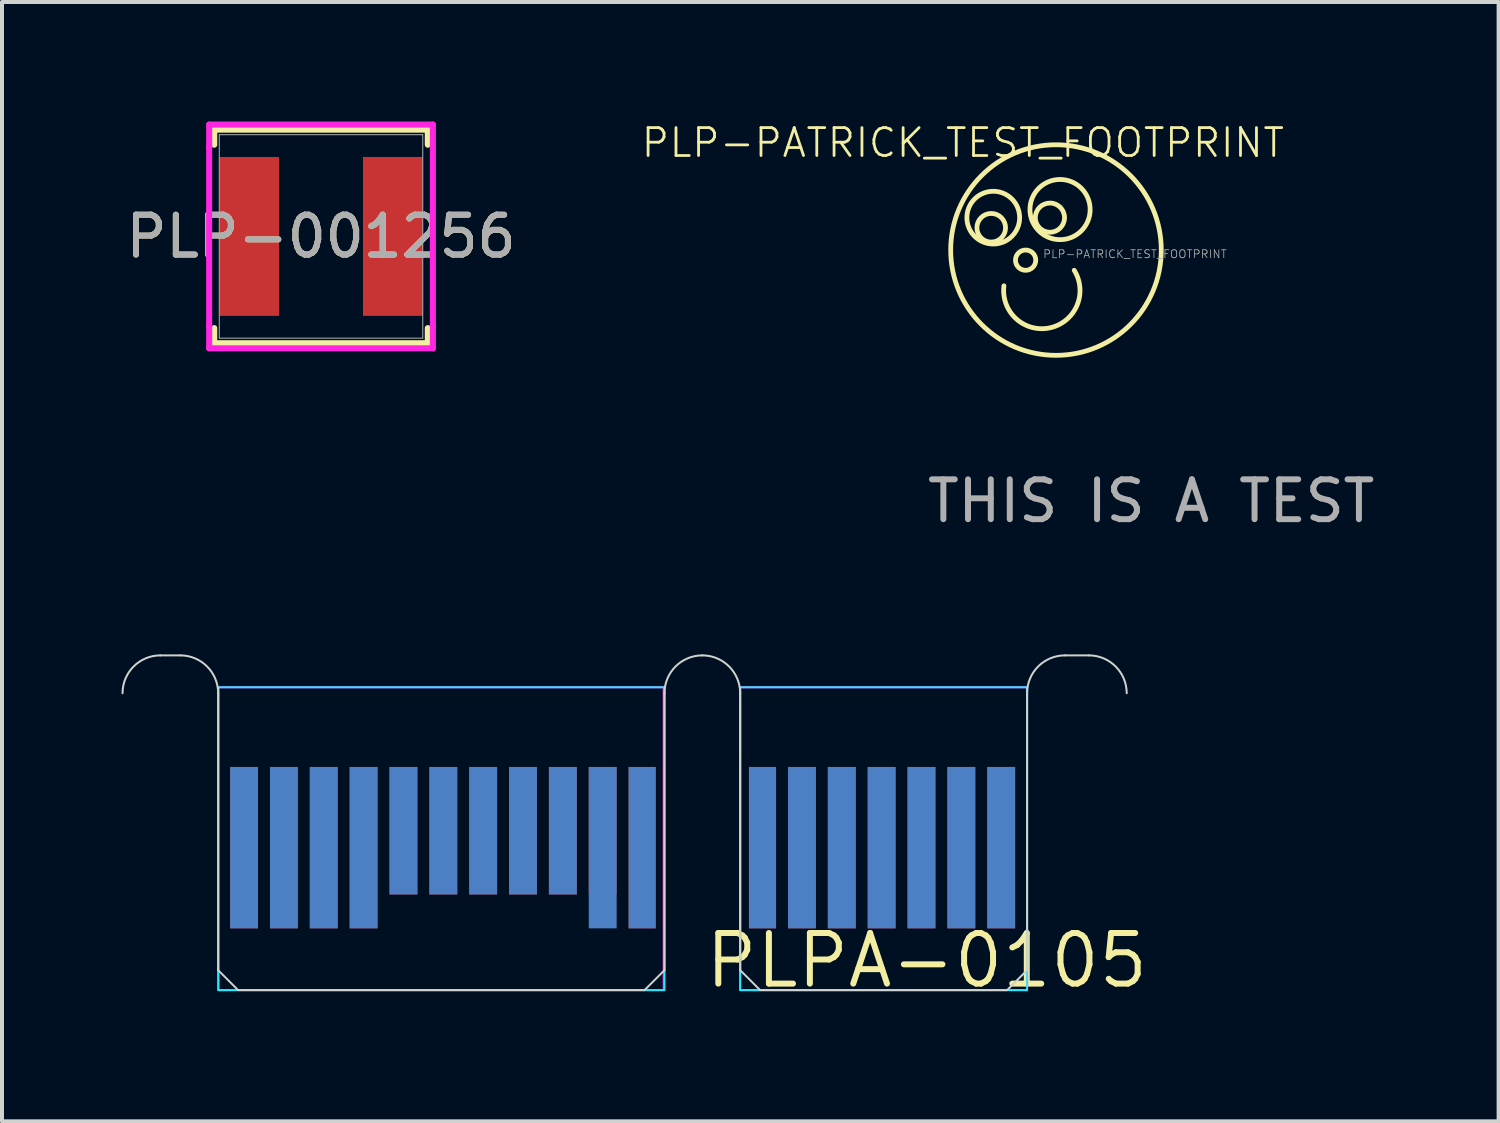
<source format=kicad_pcb>
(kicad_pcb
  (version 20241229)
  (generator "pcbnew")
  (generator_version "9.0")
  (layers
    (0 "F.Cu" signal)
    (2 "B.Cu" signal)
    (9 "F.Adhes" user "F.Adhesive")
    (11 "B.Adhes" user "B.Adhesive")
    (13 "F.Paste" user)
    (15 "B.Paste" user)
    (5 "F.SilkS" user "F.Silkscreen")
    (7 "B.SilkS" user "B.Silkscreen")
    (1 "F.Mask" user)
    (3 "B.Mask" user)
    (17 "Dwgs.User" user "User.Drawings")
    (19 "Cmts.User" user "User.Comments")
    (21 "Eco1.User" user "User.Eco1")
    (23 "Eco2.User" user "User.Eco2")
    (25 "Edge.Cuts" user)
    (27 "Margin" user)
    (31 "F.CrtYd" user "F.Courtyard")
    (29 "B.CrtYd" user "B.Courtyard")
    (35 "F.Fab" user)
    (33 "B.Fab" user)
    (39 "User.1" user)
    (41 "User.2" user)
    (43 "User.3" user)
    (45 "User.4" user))
  (footprint "PLPA-0105"
    (layer "F.Cu")
    (at 14.575 21.797)
    (property "Reference" "PLPA-0105" (at 0 0 0) (layer "F.SilkS") (effects (font (size 1.27 1.27) (thickness 0.15)) (justify left bottom)))
    (fp_poly (pts (xy -12.15 0) (xy -0.95 0) (xy -0.95 -5.6) (xy -12.15 -5.6)) (stroke (width 0) (type default)) (fill yes) (layer "F.Mask"))
    (fp_poly (pts (xy 0.95 0) (xy 8.15 0) (xy 8.15 -5.6) (xy 0.95 -5.6)) (stroke (width 0) (type default)) (fill yes) (layer "F.Mask"))
    (fp_poly (pts (xy -12.15 0) (xy -0.95 0) (xy -0.95 -5.6) (xy -12.15 -5.6)) (stroke (width 0) (type default)) (fill yes) (layer "B.Mask"))
    (fp_poly (pts (xy 0.95 0) (xy 8.15 0) (xy 8.15 -5.6) (xy 0.95 -5.6)) (stroke (width 0) (type default)) (fill yes) (layer "B.Mask"))
    (fp_line (start -13.6 -8.4) (end -13.1 -8.4) (stroke (width 0.05) (type solid)) (layer "Edge.Cuts"))
    (fp_line (start -12.15 -7.45) (end -12.15 -0.5) (stroke (width 0.05) (type solid)) (layer "Edge.Cuts"))
    (fp_line (start -12.15 -0.5) (end -11.65 0) (stroke (width 0.05) (type solid)) (layer "Edge.Cuts"))
    (fp_line (start -11.65 0) (end -1.45 0) (stroke (width 0.05) (type solid)) (layer "Edge.Cuts"))
    (fp_line (start -1.45 0) (end -0.95 -0.5) (stroke (width 0.05) (type solid)) (layer "Edge.Cuts"))
    (fp_line (start -0.95 -0.5) (end -0.95 -7.45) (stroke (width 0.05) (type solid)) (layer "Edge.Cuts"))
    (fp_line (start 0.95 -7.45) (end 0.95 -0.5) (stroke (width 0.05) (type solid)) (layer "Edge.Cuts"))
    (fp_line (start 0.95 -0.5) (end 1.45 0) (stroke (width 0.05) (type solid)) (layer "Edge.Cuts"))
    (fp_line (start 1.45 0) (end 7.65 0) (stroke (width 0.05) (type solid)) (layer "Edge.Cuts"))
    (fp_line (start 7.65 0) (end 8.15 -0.5) (stroke (width 0.05) (type solid)) (layer "Edge.Cuts"))
    (fp_line (start 8.15 -0.5) (end 8.15 -7.45) (stroke (width 0.05) (type solid)) (layer "Edge.Cuts"))
    (fp_line (start 9.1 -8.4) (end 9.7 -8.4) (stroke (width 0.05) (type solid)) (layer "Edge.Cuts"))
    (fp_arc (start -14.55 -7.45) (mid -14.271751 -8.121751) (end -13.6 -8.4) (stroke (width 0.05) (type solid)) (layer "Edge.Cuts"))
    (fp_arc (start -13.1 -8.4) (mid -12.428249 -8.121751) (end -12.15 -7.45) (stroke (width 0.05) (type solid)) (layer "Edge.Cuts"))
    (fp_arc (start -0.95 -7.45) (mid -0.671751 -8.121751) (end 0 -8.4) (stroke (width 0.05) (type solid)) (layer "Edge.Cuts"))
    (fp_arc (start 0 -8.4) (mid 0.671751 -8.121751) (end 0.95 -7.45) (stroke (width 0.05) (type solid)) (layer "Edge.Cuts"))
    (fp_arc (start 8.15 -7.45) (mid 8.428249 -8.121751) (end 9.1 -8.4) (stroke (width 0.05) (type solid)) (layer "Edge.Cuts"))
    (fp_arc (start 9.7 -8.4) (mid 10.371751 -8.121751) (end 10.65 -7.45) (stroke (width 0.05) (type solid)) (layer "Edge.Cuts"))
    (fp_poly (pts (xy -12.15 0) (xy -0.95 0) (xy -0.95 -7.6) (xy -12.15 -7.6)) (stroke (width 0.05) (type solid)) (fill no) (layer "B.CrtYd"))
    (fp_poly (pts (xy 0.95 0) (xy 8.15 0) (xy 8.15 -7.6) (xy 0.95 -7.6)) (stroke (width 0.05) (type solid)) (fill no) (layer "B.CrtYd"))
    (fp_poly (pts (xy -12.14 0) (xy -0.97 0) (xy -0.97 -7.6) (xy -12.14 -7.6)) (stroke (width 0.05) (type solid)) (fill no) (layer "F.CrtYd"))
    (fp_poly (pts (xy 0.95 0) (xy 8.15 0) (xy 8.15 -7.6) (xy 0.95 -7.6)) (stroke (width 0.05) (type solid)) (fill no) (layer "F.CrtYd"))
    (pad "A1" smd rect (at -11.5 -3.575) (size 0.7 4.05) (layers "B.Cu"))
    (pad "A2" smd rect (at -10.5 -3.575) (size 0.7 4.05) (layers "B.Cu"))
    (pad "A3" smd rect (at -9.5 -3.575) (size 0.7 4.05) (layers "B.Cu"))
    (pad "A4" smd rect (at -8.5 -3.575) (size 0.7 4.05) (layers "B.Cu"))
    (pad "A5" smd rect (at -7.5 -4) (size 0.7 3.2) (layers "B.Cu"))
    (pad "A6" smd rect (at -6.5 -4) (size 0.7 3.2) (layers "B.Cu"))
    (pad "A7" smd rect (at -5.5 -4) (size 0.7 3.2) (layers "B.Cu"))
    (pad "A8" smd rect (at -4.5 -4) (size 0.7 3.2) (layers "B.Cu"))
    (pad "A9" smd rect (at -3.5 -4) (size 0.7 3.2) (layers "B.Cu"))
    (pad "A10" smd rect (at -2.5 -3.575) (size 0.7 4.05) (layers "B.Cu"))
    (pad "A11" smd rect (at -1.51 -3.575) (size 0.68 4.05) (layers "B.Cu"))
    (pad "A12" smd rect (at 1.51 -3.575) (size 0.68 4.05) (layers "B.Cu"))
    (pad "A13" smd rect (at 2.5 -3.575) (size 0.7 4.05) (layers "B.Cu"))
    (pad "A14" smd rect (at 3.5 -3.575) (size 0.7 4.05) (layers "B.Cu"))
    (pad "A15" smd rect (at 4.5 -3.575) (size 0.7 4.05) (layers "B.Cu"))
    (pad "A16" smd rect (at 5.5 -3.575) (size 0.7 4.05) (layers "B.Cu"))
    (pad "A17" smd rect (at 6.5 -3.575) (size 0.7 4.05) (layers "B.Cu"))
    (pad "A18" smd rect (at 7.5 -3.575) (size 0.7 4.05) (layers "B.Cu"))
    (pad "B1" smd rect (at -11.5 -3.575) (size 0.7 4.05) (layers "F.Cu"))
    (pad "B2" smd rect (at -10.5 -3.575) (size 0.7 4.05) (layers "F.Cu"))
    (pad "B3" smd rect (at -9.5 -3.575) (size 0.7 4.05) (layers "F.Cu"))
    (pad "B4" smd rect (at -8.5 -3.575) (size 0.7 4.05) (layers "F.Cu"))
    (pad "B5" smd rect (at -7.5 -4) (size 0.7 3.2) (layers "F.Cu"))
    (pad "B6" smd rect (at -6.5 -4) (size 0.7 3.2) (layers "F.Cu"))
    (pad "B7" smd rect (at -5.5 -4) (size 0.7 3.2) (layers "F.Cu"))
    (pad "B8" smd rect (at -4.5 -4) (size 0.7 3.2) (layers "F.Cu"))
    (pad "B9" smd rect (at -3.5 -4) (size 0.7 3.2) (layers "F.Cu"))
    (pad "B10" smd rect (at -2.5 -4) (size 0.7 3.2) (layers "F.Cu"))
    (pad "B11" smd rect (at -1.51 -3.575) (size 0.68 4.05) (layers "F.Cu"))
    (pad "B12" smd rect (at 1.51 -3.575) (size 0.68 4.05) (layers "F.Cu"))
    (pad "B13" smd rect (at 2.5 -3.575) (size 0.7 4.05) (layers "F.Cu"))
    (pad "B14" smd rect (at 3.5 -3.575) (size 0.7 4.05) (layers "F.Cu"))
    (pad "B15" smd rect (at 4.5 -3.575) (size 0.7 4.05) (layers "F.Cu"))
    (pad "B16" smd rect (at 5.5 -3.575) (size 0.7 4.05) (layers "F.Cu"))
    (pad "B17" smd rect (at 6.5 -3.575) (size 0.7 4.05) (layers "F.Cu"))
    (pad "B18" smd rect (at 7.5 -3.575) (size 0.7 4.05) (layers "F.Cu")))
  (footprint "PLP-PATRICK_TEST_FOOTPRINT"
    (layer "F.Cu")
    (at 26.092 5.46)
    (property "Reference" "PLP-PATRICK_TEST_FOOTPRINT" (at -4.978 -4.928 0) (unlocked yes) (layer "F.SilkS") (effects (font (size 0.7 0.7) (thickness 0.07))))
    (attr smd)
    (fp_arc (start -2.1844 -1.7272) (mid -2.790721 -0.283212) (end -3.94829 -1.338086) (stroke (width 0.12) (type solid)) (layer "F.SilkS"))
    (fp_circle (center -4.267 -2.794) (end -4.013 -2.54) (stroke (width 0.12) (type solid)) (fill no) (layer "F.SilkS"))
    (fp_circle (center -4.216 -3.048) (end -3.658 -2.692) (stroke (width 0.12) (type solid)) (fill no) (layer "F.SilkS"))
    (fp_circle (center -3.404 -1.981) (end -3.2 -1.829) (stroke (width 0.12) (type solid)) (fill no) (layer "F.SilkS"))
    (fp_circle (center -2.794 -3.048) (end -2.489 -2.845) (stroke (width 0.12) (type solid)) (fill no) (layer "F.SilkS"))
    (fp_circle (center -2.642 -2.235) (end -0.203 -1.219) (stroke (width 0.12) (type solid)) (fill no) (layer "F.SilkS"))
    (fp_circle (center -2.54 -3.251) (end -1.981 -2.743) (stroke (width 0.12) (type solid)) (fill no) (layer "F.SilkS"))
    (fp_text user "THIS IS A TEST" (at -0.254 4.064 0) (layer "F.Fab") (effects (font (size 1 1) (thickness 0.15))))
    (fp_text user "${REFERENCE}" (at -0.66 -2.134 0) (unlocked yes) (layer "F.Fab") (effects (font (size 0.2 0.2) (thickness 0.02)))))
  (footprint "PLP-001256"
    (layer "F.Cu")
    (at 5.006 2.883)
    (property "Reference" "PLP-001256" (at 0 0 0) (unlocked yes) (layer "F.SilkS") (effects (font (size 1 1) (thickness 0.15))))
    (attr smd)
    (fp_line (start -2.68 -2.68) (end -2.68 -2.301) (stroke (width 0.152) (type solid)) (layer "F.SilkS"))
    (fp_line (start -2.68 2.301) (end -2.68 2.68) (stroke (width 0.152) (type solid)) (layer "F.SilkS"))
    (fp_line (start -2.68 2.68) (end 2.68 2.68) (stroke (width 0.152) (type solid)) (layer "F.SilkS"))
    (fp_line (start 2.68 -2.68) (end -2.68 -2.68) (stroke (width 0.152) (type solid)) (layer "F.SilkS"))
    (fp_line (start 2.68 -2.301) (end 2.68 -2.68) (stroke (width 0.152) (type solid)) (layer "F.SilkS"))
    (fp_line (start 2.68 2.68) (end 2.68 2.301) (stroke (width 0.152) (type solid)) (layer "F.SilkS"))
    (fp_line (start -2.807 -2.807) (end 2.807 -2.807) (stroke (width 0.152) (type solid)) (layer "F.CrtYd"))
    (fp_line (start -2.807 -2.248) (end -2.807 -2.807) (stroke (width 0.152) (type solid)) (layer "F.CrtYd"))
    (fp_line (start -2.807 -2.248) (end -2.807 -2.248) (stroke (width 0.152) (type solid)) (layer "F.CrtYd"))
    (fp_line (start -2.807 2.248) (end -2.807 -2.248) (stroke (width 0.152) (type solid)) (layer "F.CrtYd"))
    (fp_line (start -2.807 2.248) (end -2.807 2.248) (stroke (width 0.152) (type solid)) (layer "F.CrtYd"))
    (fp_line (start -2.807 2.807) (end -2.807 2.248) (stroke (width 0.152) (type solid)) (layer "F.CrtYd"))
    (fp_line (start 2.807 -2.807) (end 2.807 -2.248) (stroke (width 0.152) (type solid)) (layer "F.CrtYd"))
    (fp_line (start 2.807 -2.248) (end 2.807 -2.248) (stroke (width 0.152) (type solid)) (layer "F.CrtYd"))
    (fp_line (start 2.807 -2.248) (end 2.807 2.248) (stroke (width 0.152) (type solid)) (layer "F.CrtYd"))
    (fp_line (start 2.807 2.248) (end 2.807 2.248) (stroke (width 0.152) (type solid)) (layer "F.CrtYd"))
    (fp_line (start 2.807 2.248) (end 2.807 2.807) (stroke (width 0.152) (type solid)) (layer "F.CrtYd"))
    (fp_line (start 2.807 2.807) (end -2.807 2.807) (stroke (width 0.152) (type solid)) (layer "F.CrtYd"))
    (fp_line (start -2.553 -2.553) (end -2.553 2.553) (stroke (width 0.025) (type solid)) (layer "F.Fab"))
    (fp_line (start -2.553 2.553) (end 2.553 2.553) (stroke (width 0.025) (type solid)) (layer "F.Fab"))
    (fp_line (start 2.553 -2.553) (end -2.553 -2.553) (stroke (width 0.025) (type solid)) (layer "F.Fab"))
    (fp_line (start 2.553 2.553) (end 2.553 -2.553) (stroke (width 0.025) (type solid)) (layer "F.Fab"))
    (fp_circle (center -2.477 0) (end -2.477 0) (stroke (width 0.025) (type solid)) (fill no) (layer "F.Fab"))
    (fp_text user "${REFERENCE}" (at 0 0 0) (unlocked yes) (layer "F.Fab") (effects (font (size 1 1) (thickness 0.15))))
    (pad "1" smd rect (at -1.803 0) (size 1.499 3.988) (layers "F.Cu" "F.Mask" "F.Paste"))
    (pad "2" smd rect (at 1.803 0) (size 1.499 3.988) (layers "F.Cu" "F.Mask" "F.Paste"))
    (zone (net_name "") (layer "F.Cu") (hatch full 0.508) (connect_pads) (min_thickness 0.254) (filled_areas_thickness no) (keepout (tracks not_allowed) (vias not_allowed) (pads allowed) (copperpour not_allowed) (footprints allowed)) (placement (enabled no)) (fill) (polygon (pts (xy 4.003 0.381) (xy 6.009 0.381) (xy 6.009 5.385) (xy 4.003 5.385)))))
  (gr_rect
    (start -3 -3)
    (end 34.558 25.09)
    (stroke (width 0.1) (type default))
    (fill no)
    (layer "Edge.Cuts")))
</source>
